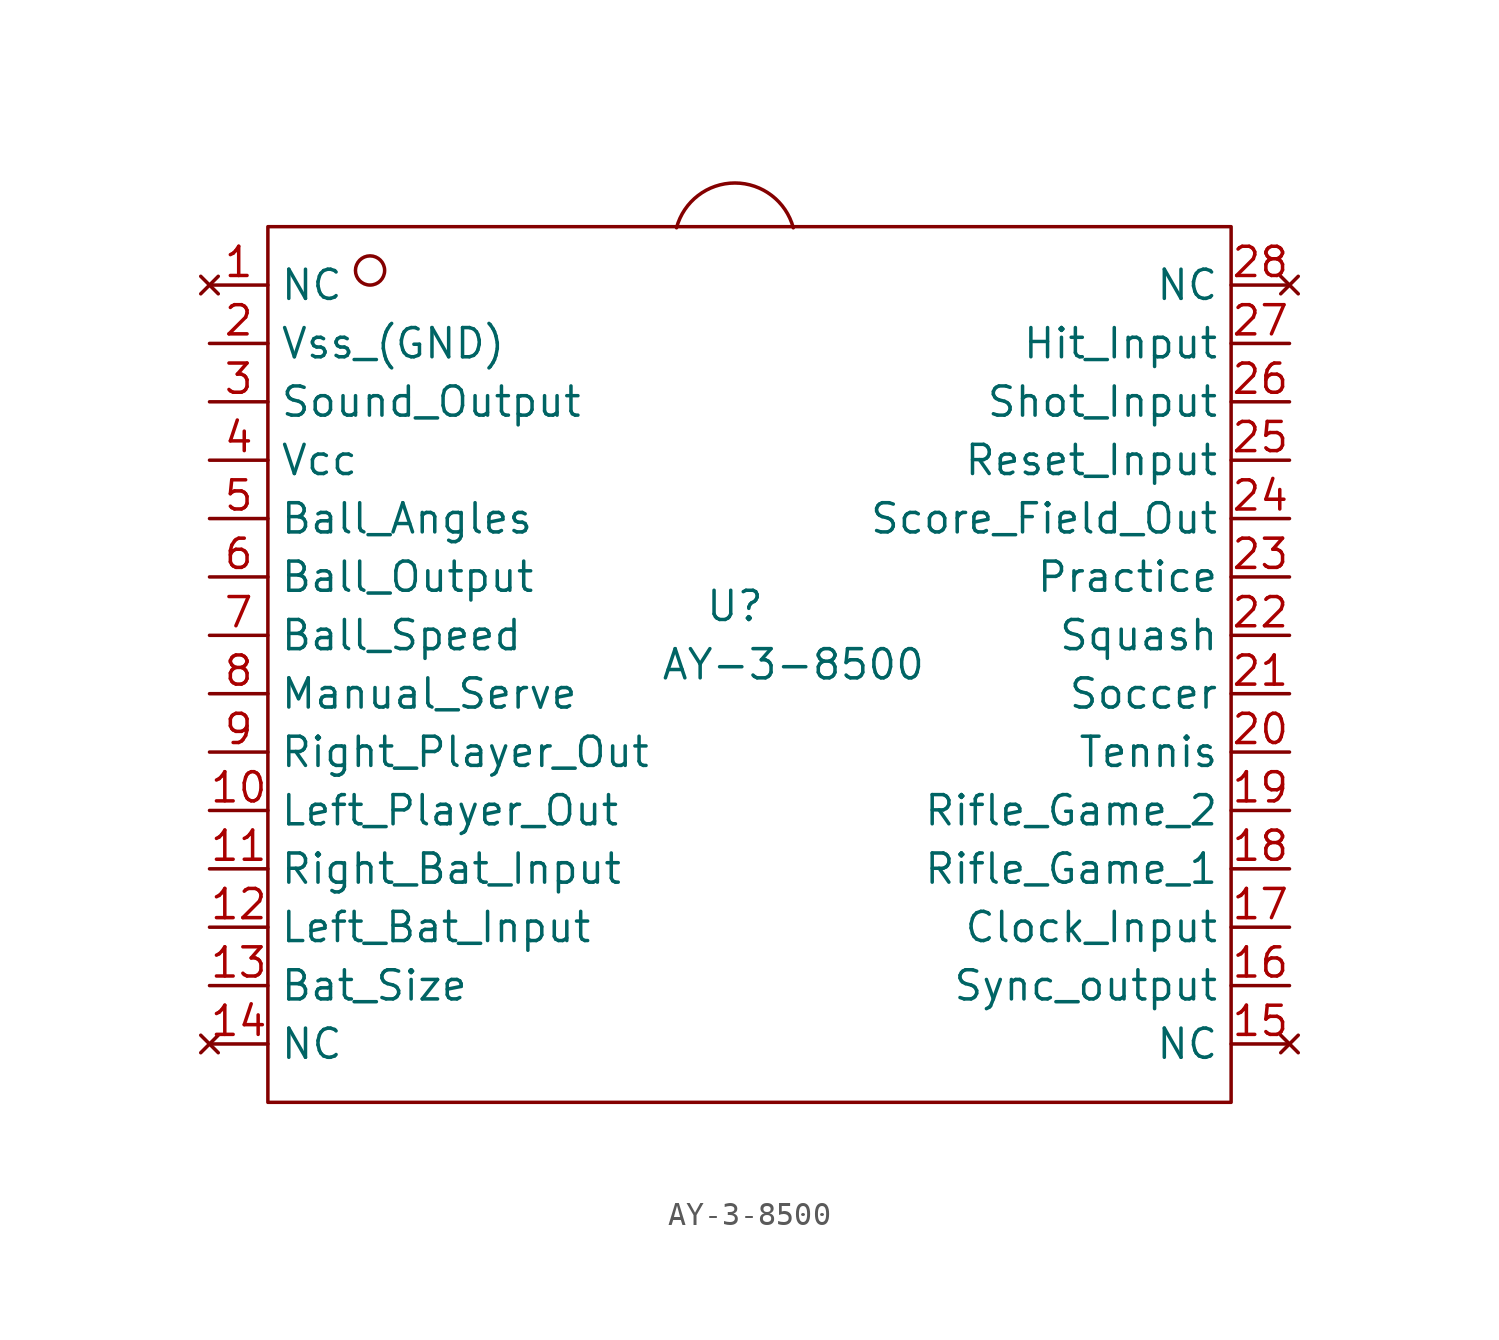
<source format=kicad_sym>
(kicad_symbol_lib
  (version 20211014)
  (generator kicad_symbol_editor)
  (symbol "AY-3-8500"
    (property "Reference" "U"
      (at 0 0 0)
      (effects (font (size 1.27 1.27))))
    (property "Value" "AY-3-8500"
      (at 2.54 -2.54 0)
      (effects (font (size 1.27 1.27))))
    (symbol "AY-3-8500_0_1"
      (rectangle (start -20.32 16.51) (end 21.59 -21.59) (stroke (width 0) (type default) (color 0 0 0 0)) (fill (type none)))
      (circle (center -15.875 14.605) (radius 0.635) (stroke (width 0) (type default) (color 0 0 0 0)) (fill (type none)))
      (arc (start 2.54 16.4629) (mid 0 19.775) (end -2.54 16.4629) (stroke (width 0) (type default) (color 0 0 0 0)) (fill (type none))))
    (symbol "AY-3-8500_1_1"
      (pin no_connect line (at -22.86 13.97 0) (length 2.54) (name "NC" (effects (font (size 1.27 1.27)))) (number "1" (effects (font (size 1.27 1.27)))))
      (pin output line (at -22.86 -8.89 0) (length 2.54) (name "Left_Player_Out" (effects (font (size 1.27 1.27)))) (number "10" (effects (font (size 1.27 1.27)))))
      (pin input line (at -22.86 -11.43 0) (length 2.54) (name "Right_Bat_Input" (effects (font (size 1.27 1.27)))) (number "11" (effects (font (size 1.27 1.27)))))
      (pin input line (at -22.86 -13.97 0) (length 2.54) (name "Left_Bat_Input" (effects (font (size 1.27 1.27)))) (number "12" (effects (font (size 1.27 1.27)))))
      (pin input line (at -22.86 -16.51 0) (length 2.54) (name "Bat_Size" (effects (font (size 1.27 1.27)))) (number "13" (effects (font (size 1.27 1.27)))))
      (pin no_connect line (at -22.86 -19.05 0) (length 2.54) (name "NC" (effects (font (size 1.27 1.27)))) (number "14" (effects (font (size 1.27 1.27)))))
      (pin no_connect line (at 24.13 -19.05 180) (length 2.54) (name "NC" (effects (font (size 1.27 1.27)))) (number "15" (effects (font (size 1.27 1.27)))))
      (pin output line (at 24.13 -16.51 180) (length 2.54) (name "Sync_output" (effects (font (size 1.27 1.27)))) (number "16" (effects (font (size 1.27 1.27)))))
      (pin input line (at 24.13 -13.97 180) (length 2.54) (name "Clock_Input" (effects (font (size 1.27 1.27)))) (number "17" (effects (font (size 1.27 1.27)))))
      (pin input line (at 24.13 -11.43 180) (length 2.54) (name "Rifle_Game_1" (effects (font (size 1.27 1.27)))) (number "18" (effects (font (size 1.27 1.27)))))
      (pin input line (at 24.13 -8.89 180) (length 2.54) (name "Rifle_Game_2" (effects (font (size 1.27 1.27)))) (number "19" (effects (font (size 1.27 1.27)))))
      (pin power_out line (at -22.86 11.43 0) (length 2.54) (name "Vss_(GND)" (effects (font (size 1.27 1.27)))) (number "2" (effects (font (size 1.27 1.27)))))
      (pin input line (at 24.13 -6.35 180) (length 2.54) (name "Tennis" (effects (font (size 1.27 1.27)))) (number "20" (effects (font (size 1.27 1.27)))))
      (pin input line (at 24.13 -3.81 180) (length 2.54) (name "Soccer" (effects (font (size 1.27 1.27)))) (number "21" (effects (font (size 1.27 1.27)))))
      (pin input line (at 24.13 -1.27 180) (length 2.54) (name "Squash" (effects (font (size 1.27 1.27)))) (number "22" (effects (font (size 1.27 1.27)))))
      (pin input line (at 24.13 1.27 180) (length 2.54) (name "Practice" (effects (font (size 1.27 1.27)))) (number "23" (effects (font (size 1.27 1.27)))))
      (pin output line (at 24.13 3.81 180) (length 2.54) (name "Score_Field_Out" (effects (font (size 1.27 1.27)))) (number "24" (effects (font (size 1.27 1.27)))))
      (pin input line (at 24.13 6.35 180) (length 2.54) (name "Reset_Input" (effects (font (size 1.27 1.27)))) (number "25" (effects (font (size 1.27 1.27)))))
      (pin input line (at 24.13 8.89 180) (length 2.54) (name "Shot_Input" (effects (font (size 1.27 1.27)))) (number "26" (effects (font (size 1.27 1.27)))))
      (pin input line (at 24.13 11.43 180) (length 2.54) (name "Hit_Input" (effects (font (size 1.27 1.27)))) (number "27" (effects (font (size 1.27 1.27)))))
      (pin no_connect line (at 24.13 13.97 180) (length 2.54) (name "NC" (effects (font (size 1.27 1.27)))) (number "28" (effects (font (size 1.27 1.27)))))
      (pin output line (at -22.86 8.89 0) (length 2.54) (name "Sound_Output" (effects (font (size 1.27 1.27)))) (number "3" (effects (font (size 1.27 1.27)))))
      (pin power_in line (at -22.86 6.35 0) (length 2.54) (name "Vcc" (effects (font (size 1.27 1.27)))) (number "4" (effects (font (size 1.27 1.27)))))
      (pin input line (at -22.86 3.81 0) (length 2.54) (name "Ball_Angles" (effects (font (size 1.27 1.27)))) (number "5" (effects (font (size 1.27 1.27)))))
      (pin output line (at -22.86 1.27 0) (length 2.54) (name "Ball_Output" (effects (font (size 1.27 1.27)))) (number "6" (effects (font (size 1.27 1.27)))))
      (pin input line (at -22.86 -1.27 0) (length 2.54) (name "Ball_Speed" (effects (font (size 1.27 1.27)))) (number "7" (effects (font (size 1.27 1.27)))))
      (pin input line (at -22.86 -3.81 0) (length 2.54) (name "Manual_Serve" (effects (font (size 1.27 1.27)))) (number "8" (effects (font (size 1.27 1.27)))))
      (pin output line (at -22.86 -6.35 0) (length 2.54) (name "Right_Player_Out" (effects (font (size 1.27 1.27)))) (number "9" (effects (font (size 1.27 1.27))))))))
</source>
